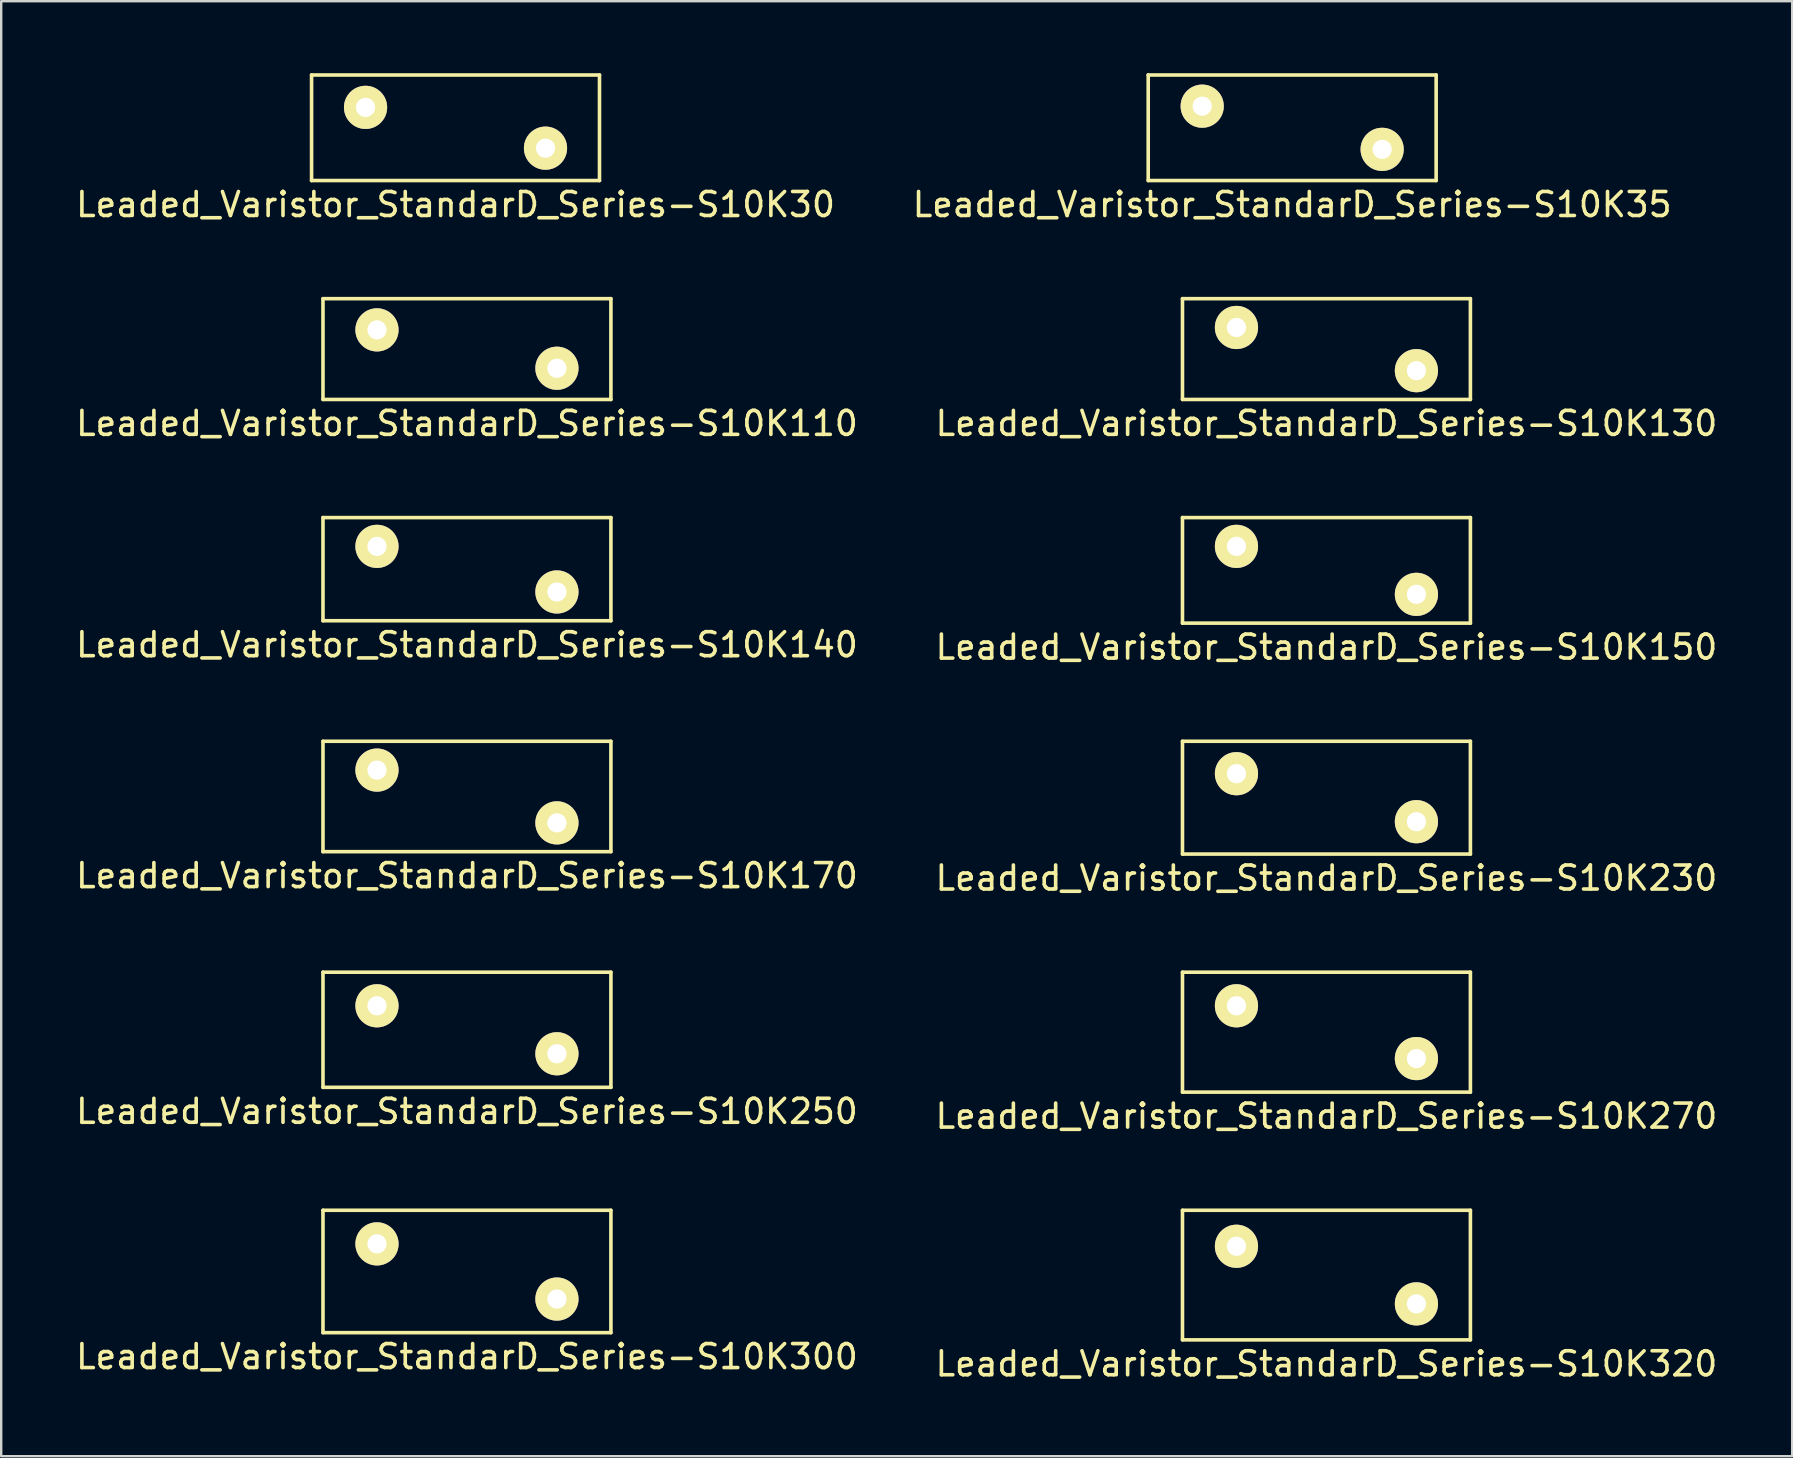
<source format=kicad_pcb>
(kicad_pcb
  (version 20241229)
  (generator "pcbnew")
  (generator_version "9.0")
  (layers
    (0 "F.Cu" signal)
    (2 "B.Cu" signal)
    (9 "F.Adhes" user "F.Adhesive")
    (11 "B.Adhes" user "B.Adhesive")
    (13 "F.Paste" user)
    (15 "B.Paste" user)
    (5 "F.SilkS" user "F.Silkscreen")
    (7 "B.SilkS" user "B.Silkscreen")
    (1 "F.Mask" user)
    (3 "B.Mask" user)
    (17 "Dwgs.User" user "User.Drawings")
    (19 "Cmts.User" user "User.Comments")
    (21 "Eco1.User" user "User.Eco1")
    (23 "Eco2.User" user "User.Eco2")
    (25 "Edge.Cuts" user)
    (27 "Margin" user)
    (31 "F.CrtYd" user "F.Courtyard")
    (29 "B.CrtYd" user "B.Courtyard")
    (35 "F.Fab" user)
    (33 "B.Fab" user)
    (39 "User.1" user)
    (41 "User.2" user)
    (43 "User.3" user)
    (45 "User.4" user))
  (footprint "Leaded_Varistor_StandarD_Series-S10K270"
    (layer "F.Cu")
    (at 48.482 38.868)
    (property "Reference" "Leaded_Varistor_StandarD_Series-S10K270" (at 3.75 4.6 0) (layer "F.SilkS") (effects (font (size 1 1) (thickness 0.15))))
    (attr through_hole)
    (fp_line (start -2.25 -1.4) (end -2.25 3.6) (stroke (width 0.15) (type solid)) (layer "F.SilkS"))
    (fp_line (start -2.25 -1.4) (end 9.75 -1.4) (stroke (width 0.15) (type solid)) (layer "F.SilkS"))
    (fp_line (start -2.25 3.6) (end 9.75 3.6) (stroke (width 0.15) (type solid)) (layer "F.SilkS"))
    (fp_line (start 9.75 -1.4) (end 9.75 3.6) (stroke (width 0.15) (type solid)) (layer "F.SilkS"))
    (pad "1" thru_hole circle (at 0 0) (size 1.8 1.8) (drill 0.8) (layers "*.Cu" "*.Mask" "F.SilkS"))
    (pad "2" thru_hole circle (at 7.5 2.2) (size 1.8 1.8) (drill 0.8) (layers "*.Cu" "*.Mask" "F.SilkS")))
  (footprint "Leaded_Varistor_StandarD_Series-S10K110"
    (layer "F.Cu")
    (at 12.661 10.698)
    (property "Reference" "Leaded_Varistor_StandarD_Series-S10K110" (at 3.75 3.9 0) (layer "F.SilkS") (effects (font (size 1 1) (thickness 0.15))))
    (attr through_hole)
    (fp_line (start -2.25 -1.3) (end -2.25 2.9) (stroke (width 0.15) (type solid)) (layer "F.SilkS"))
    (fp_line (start -2.25 -1.3) (end 9.75 -1.3) (stroke (width 0.15) (type solid)) (layer "F.SilkS"))
    (fp_line (start -2.25 2.9) (end 9.75 2.9) (stroke (width 0.15) (type solid)) (layer "F.SilkS"))
    (fp_line (start 9.75 -1.3) (end 9.75 2.9) (stroke (width 0.15) (type solid)) (layer "F.SilkS"))
    (pad "1" thru_hole circle (at 0 0) (size 1.8 1.8) (drill 0.8) (layers "*.Cu" "*.Mask" "F.SilkS"))
    (pad "2" thru_hole circle (at 7.5 1.6) (size 1.8 1.8) (drill 0.8) (layers "*.Cu" "*.Mask" "F.SilkS")))
  (footprint "Leaded_Varistor_StandarD_Series-S10K300"
    (layer "F.Cu")
    (at 12.661 48.791)
    (property "Reference" "Leaded_Varistor_StandarD_Series-S10K300" (at 3.75 4.7 0) (layer "F.SilkS") (effects (font (size 1 1) (thickness 0.15))))
    (attr through_hole)
    (fp_line (start -2.25 -1.4) (end -2.25 3.7) (stroke (width 0.15) (type solid)) (layer "F.SilkS"))
    (fp_line (start -2.25 -1.4) (end 9.75 -1.4) (stroke (width 0.15) (type solid)) (layer "F.SilkS"))
    (fp_line (start -2.25 3.7) (end 9.75 3.7) (stroke (width 0.15) (type solid)) (layer "F.SilkS"))
    (fp_line (start 9.75 -1.4) (end 9.75 3.7) (stroke (width 0.15) (type solid)) (layer "F.SilkS"))
    (pad "1" thru_hole circle (at 0 0) (size 1.8 1.8) (drill 0.8) (layers "*.Cu" "*.Mask" "F.SilkS"))
    (pad "2" thru_hole circle (at 7.5 2.3) (size 1.8 1.8) (drill 0.8) (layers "*.Cu" "*.Mask" "F.SilkS")))
  (footprint "Leaded_Varistor_StandarD_Series-S10K170"
    (layer "F.Cu")
    (at 12.661 29.045)
    (property "Reference" "Leaded_Varistor_StandarD_Series-S10K170" (at 3.75 4.4 0) (layer "F.SilkS") (effects (font (size 1 1) (thickness 0.15))))
    (attr through_hole)
    (fp_line (start -2.25 -1.2) (end -2.25 3.4) (stroke (width 0.15) (type solid)) (layer "F.SilkS"))
    (fp_line (start -2.25 -1.2) (end 9.75 -1.2) (stroke (width 0.15) (type solid)) (layer "F.SilkS"))
    (fp_line (start -2.25 3.4) (end 9.75 3.4) (stroke (width 0.15) (type solid)) (layer "F.SilkS"))
    (fp_line (start 9.75 -1.2) (end 9.75 3.4) (stroke (width 0.15) (type solid)) (layer "F.SilkS"))
    (pad "1" thru_hole circle (at 0 0) (size 1.8 1.8) (drill 0.8) (layers "*.Cu" "*.Mask" "F.SilkS"))
    (pad "2" thru_hole circle (at 7.5 2.2) (size 1.8 1.8) (drill 0.8) (layers "*.Cu" "*.Mask" "F.SilkS")))
  (footprint "Leaded_Varistor_StandarD_Series-S10K35"
    (layer "F.Cu")
    (at 47.054 1.375)
    (property "Reference" "Leaded_Varistor_StandarD_Series-S10K35" (at 3.75 4.1 0) (layer "F.SilkS") (effects (font (size 1 1) (thickness 0.15))))
    (attr through_hole)
    (fp_line (start -2.25 -1.3) (end -2.25 3.1) (stroke (width 0.15) (type solid)) (layer "F.SilkS"))
    (fp_line (start -2.25 -1.3) (end 9.75 -1.3) (stroke (width 0.15) (type solid)) (layer "F.SilkS"))
    (fp_line (start -2.25 3.1) (end 9.75 3.1) (stroke (width 0.15) (type solid)) (layer "F.SilkS"))
    (fp_line (start 9.75 -1.3) (end 9.75 3.1) (stroke (width 0.15) (type solid)) (layer "F.SilkS"))
    (pad "1" thru_hole circle (at 0 0) (size 1.8 1.8) (drill 0.8) (layers "*.Cu" "*.Mask" "F.SilkS"))
    (pad "2" thru_hole circle (at 7.5 1.8) (size 1.8 1.8) (drill 0.8) (layers "*.Cu" "*.Mask" "F.SilkS")))
  (footprint "Leaded_Varistor_StandarD_Series-S10K130"
    (layer "F.Cu")
    (at 48.482 10.598)
    (property "Reference" "Leaded_Varistor_StandarD_Series-S10K130" (at 3.75 4 0) (layer "F.SilkS") (effects (font (size 1 1) (thickness 0.15))))
    (attr through_hole)
    (fp_line (start -2.25 -1.2) (end -2.25 3) (stroke (width 0.15) (type solid)) (layer "F.SilkS"))
    (fp_line (start -2.25 -1.2) (end 9.75 -1.2) (stroke (width 0.15) (type solid)) (layer "F.SilkS"))
    (fp_line (start -2.25 3) (end 9.75 3) (stroke (width 0.15) (type solid)) (layer "F.SilkS"))
    (fp_line (start 9.75 -1.2) (end 9.75 3) (stroke (width 0.15) (type solid)) (layer "F.SilkS"))
    (pad "1" thru_hole circle (at 0 0) (size 1.8 1.8) (drill 0.8) (layers "*.Cu" "*.Mask" "F.SilkS"))
    (pad "2" thru_hole circle (at 7.5 1.8) (size 1.8 1.8) (drill 0.8) (layers "*.Cu" "*.Mask" "F.SilkS")))
  (footprint "Leaded_Varistor_StandarD_Series-S10K320"
    (layer "F.Cu")
    (at 48.482 48.891)
    (property "Reference" "Leaded_Varistor_StandarD_Series-S10K320" (at 3.75 4.9 0) (layer "F.SilkS") (effects (font (size 1 1) (thickness 0.15))))
    (attr through_hole)
    (fp_line (start -2.25 -1.5) (end -2.25 3.9) (stroke (width 0.15) (type solid)) (layer "F.SilkS"))
    (fp_line (start -2.25 -1.5) (end 9.75 -1.5) (stroke (width 0.15) (type solid)) (layer "F.SilkS"))
    (fp_line (start -2.25 3.9) (end 9.75 3.9) (stroke (width 0.15) (type solid)) (layer "F.SilkS"))
    (fp_line (start 9.75 -1.5) (end 9.75 3.9) (stroke (width 0.15) (type solid)) (layer "F.SilkS"))
    (pad "1" thru_hole circle (at 0 0) (size 1.8 1.8) (drill 0.8) (layers "*.Cu" "*.Mask" "F.SilkS"))
    (pad "2" thru_hole circle (at 7.5 2.4) (size 1.8 1.8) (drill 0.8) (layers "*.Cu" "*.Mask" "F.SilkS")))
  (footprint "Leaded_Varistor_StandarD_Series-S10K30"
    (layer "F.Cu")
    (at 12.185 1.425)
    (property "Reference" "Leaded_Varistor_StandarD_Series-S10K30" (at 3.75 4.05 0) (layer "F.SilkS") (effects (font (size 1 1) (thickness 0.15))))
    (attr through_hole)
    (fp_line (start -2.25 -1.35) (end -2.25 3.05) (stroke (width 0.15) (type solid)) (layer "F.SilkS"))
    (fp_line (start -2.25 -1.35) (end 9.75 -1.35) (stroke (width 0.15) (type solid)) (layer "F.SilkS"))
    (fp_line (start -2.25 3.05) (end 9.75 3.05) (stroke (width 0.15) (type solid)) (layer "F.SilkS"))
    (fp_line (start 9.75 -1.35) (end 9.75 3.05) (stroke (width 0.15) (type solid)) (layer "F.SilkS"))
    (pad "1" thru_hole circle (at 0 0) (size 1.8 1.8) (drill 0.8) (layers "*.Cu" "*.Mask" "F.SilkS"))
    (pad "2" thru_hole circle (at 7.5 1.7) (size 1.8 1.8) (drill 0.8) (layers "*.Cu" "*.Mask" "F.SilkS")))
  (footprint "Leaded_Varistor_StandarD_Series-S10K150"
    (layer "F.Cu")
    (at 48.482 19.721)
    (property "Reference" "Leaded_Varistor_StandarD_Series-S10K150" (at 3.75 4.2 0) (layer "F.SilkS") (effects (font (size 1 1) (thickness 0.15))))
    (attr through_hole)
    (fp_line (start -2.25 -1.2) (end -2.25 3.2) (stroke (width 0.15) (type solid)) (layer "F.SilkS"))
    (fp_line (start -2.25 -1.2) (end 9.75 -1.2) (stroke (width 0.15) (type solid)) (layer "F.SilkS"))
    (fp_line (start -2.25 3.2) (end 9.75 3.2) (stroke (width 0.15) (type solid)) (layer "F.SilkS"))
    (fp_line (start 9.75 -1.2) (end 9.75 3.2) (stroke (width 0.15) (type solid)) (layer "F.SilkS"))
    (pad "1" thru_hole circle (at 0 0) (size 1.8 1.8) (drill 0.8) (layers "*.Cu" "*.Mask" "F.SilkS"))
    (pad "2" thru_hole circle (at 7.5 2) (size 1.8 1.8) (drill 0.8) (layers "*.Cu" "*.Mask" "F.SilkS")))
  (footprint "Leaded_Varistor_StandarD_Series-S10K230"
    (layer "F.Cu")
    (at 48.482 29.195)
    (property "Reference" "Leaded_Varistor_StandarD_Series-S10K230" (at 3.75 4.35 0) (layer "F.SilkS") (effects (font (size 1 1) (thickness 0.15))))
    (attr through_hole)
    (fp_line (start -2.25 -1.35) (end -2.25 3.35) (stroke (width 0.15) (type solid)) (layer "F.SilkS"))
    (fp_line (start -2.25 -1.35) (end 9.75 -1.35) (stroke (width 0.15) (type solid)) (layer "F.SilkS"))
    (fp_line (start -2.25 3.35) (end 9.75 3.35) (stroke (width 0.15) (type solid)) (layer "F.SilkS"))
    (fp_line (start 9.75 -1.35) (end 9.75 3.35) (stroke (width 0.15) (type solid)) (layer "F.SilkS"))
    (pad "1" thru_hole circle (at 0 0) (size 1.8 1.8) (drill 0.8) (layers "*.Cu" "*.Mask" "F.SilkS"))
    (pad "2" thru_hole circle (at 7.5 2) (size 1.8 1.8) (drill 0.8) (layers "*.Cu" "*.Mask" "F.SilkS")))
  (footprint "Leaded_Varistor_StandarD_Series-S10K140"
    (layer "F.Cu")
    (at 12.661 19.721)
    (property "Reference" "Leaded_Varistor_StandarD_Series-S10K140" (at 3.75 4.1 0) (layer "F.SilkS") (effects (font (size 1 1) (thickness 0.15))))
    (attr through_hole)
    (fp_line (start -2.25 -1.2) (end -2.25 3.1) (stroke (width 0.15) (type solid)) (layer "F.SilkS"))
    (fp_line (start -2.25 -1.2) (end 9.75 -1.2) (stroke (width 0.15) (type solid)) (layer "F.SilkS"))
    (fp_line (start -2.25 3.1) (end 9.75 3.1) (stroke (width 0.15) (type solid)) (layer "F.SilkS"))
    (fp_line (start 9.75 -1.2) (end 9.75 3.1) (stroke (width 0.15) (type solid)) (layer "F.SilkS"))
    (pad "1" thru_hole circle (at 0 0) (size 1.8 1.8) (drill 0.8) (layers "*.Cu" "*.Mask" "F.SilkS"))
    (pad "2" thru_hole circle (at 7.5 1.9) (size 1.8 1.8) (drill 0.8) (layers "*.Cu" "*.Mask" "F.SilkS")))
  (footprint "Leaded_Varistor_StandarD_Series-S10K250"
    (layer "F.Cu")
    (at 12.661 38.868)
    (property "Reference" "Leaded_Varistor_StandarD_Series-S10K250" (at 3.75 4.4 0) (layer "F.SilkS") (effects (font (size 1 1) (thickness 0.15))))
    (attr through_hole)
    (fp_line (start -2.25 -1.4) (end -2.25 3.4) (stroke (width 0.15) (type solid)) (layer "F.SilkS"))
    (fp_line (start -2.25 -1.4) (end 9.75 -1.4) (stroke (width 0.15) (type solid)) (layer "F.SilkS"))
    (fp_line (start -2.25 3.4) (end 9.75 3.4) (stroke (width 0.15) (type solid)) (layer "F.SilkS"))
    (fp_line (start 9.75 -1.4) (end 9.75 3.4) (stroke (width 0.15) (type solid)) (layer "F.SilkS"))
    (pad "1" thru_hole circle (at 0 0) (size 1.8 1.8) (drill 0.8) (layers "*.Cu" "*.Mask" "F.SilkS"))
    (pad "2" thru_hole circle (at 7.5 2) (size 1.8 1.8) (drill 0.8) (layers "*.Cu" "*.Mask" "F.SilkS")))
  (gr_rect
    (start -3 -3)
    (end 71.643 57.639)
    (stroke (width 0.1) (type default))
    (fill no)
    (layer "Edge.Cuts")))
</source>
